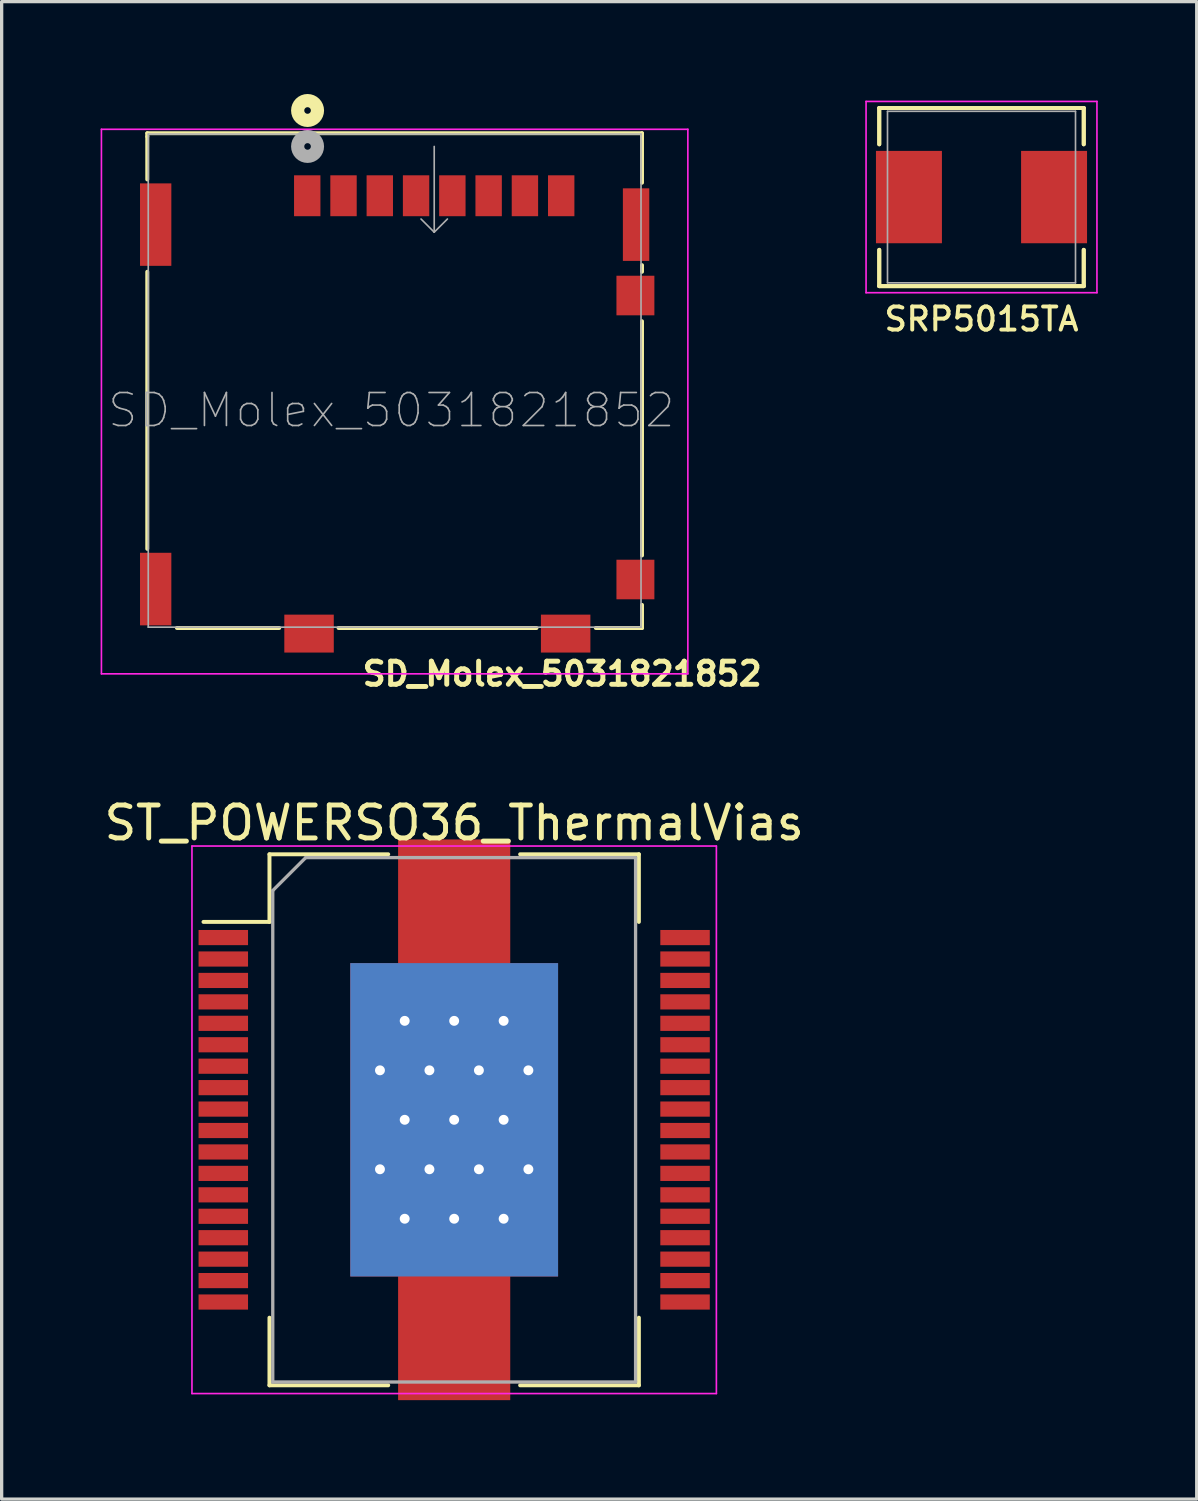
<source format=kicad_pcb>
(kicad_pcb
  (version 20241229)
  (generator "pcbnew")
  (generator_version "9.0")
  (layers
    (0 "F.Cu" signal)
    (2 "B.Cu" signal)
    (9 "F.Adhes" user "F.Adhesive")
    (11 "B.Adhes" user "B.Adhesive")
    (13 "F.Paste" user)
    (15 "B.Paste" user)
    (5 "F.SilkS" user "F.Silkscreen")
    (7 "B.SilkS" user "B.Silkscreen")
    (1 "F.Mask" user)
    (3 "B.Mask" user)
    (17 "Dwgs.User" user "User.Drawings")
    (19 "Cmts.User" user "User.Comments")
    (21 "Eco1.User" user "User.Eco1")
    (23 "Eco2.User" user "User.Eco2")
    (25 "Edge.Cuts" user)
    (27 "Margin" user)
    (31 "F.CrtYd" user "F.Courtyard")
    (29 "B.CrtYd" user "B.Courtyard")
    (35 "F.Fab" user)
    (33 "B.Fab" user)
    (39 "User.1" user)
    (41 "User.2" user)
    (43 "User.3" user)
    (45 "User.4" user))
  (footprint "ST_POWERSO36_ThermalVias"
    (layer "F.Cu")
    (at 10.72 30.901)
    (property "Reference" "ST_POWERSO36_ThermalVias" (at 0 -9 0) (layer "F.SilkS") (effects (font (size 1 1) (thickness 0.15))))
    (attr smd)
    (fp_line (start -5.6 -8.05) (end -5.6 -6) (stroke (width 0.12) (type solid)) (layer "F.SilkS"))
    (fp_line (start -5.6 -6) (end -7.6 -6) (stroke (width 0.12) (type solid)) (layer "F.SilkS"))
    (fp_line (start -5.6 8.05) (end -5.6 6) (stroke (width 0.12) (type solid)) (layer "F.SilkS"))
    (fp_line (start -2 -8.05) (end -5.6 -8.05) (stroke (width 0.12) (type solid)) (layer "F.SilkS"))
    (fp_line (start -2 8.05) (end -5.6 8.05) (stroke (width 0.12) (type solid)) (layer "F.SilkS"))
    (fp_line (start 5.6 -8.05) (end 2 -8.05) (stroke (width 0.12) (type solid)) (layer "F.SilkS"))
    (fp_line (start 5.6 -8.05) (end 5.6 -6) (stroke (width 0.12) (type solid)) (layer "F.SilkS"))
    (fp_line (start 5.6 8.05) (end 2 8.05) (stroke (width 0.12) (type solid)) (layer "F.SilkS"))
    (fp_line (start 5.6 8.05) (end 5.6 6) (stroke (width 0.12) (type solid)) (layer "F.SilkS"))
    (fp_line (start -7.95 -8.3) (end -7.95 8.3) (stroke (width 0.05) (type solid)) (layer "F.CrtYd"))
    (fp_line (start -7.95 -8.3) (end 7.95 -8.3) (stroke (width 0.05) (type solid)) (layer "F.CrtYd"))
    (fp_line (start 7.95 8.3) (end -7.95 8.3) (stroke (width 0.05) (type solid)) (layer "F.CrtYd"))
    (fp_line (start 7.95 8.3) (end 7.95 -8.3) (stroke (width 0.05) (type solid)) (layer "F.CrtYd"))
    (fp_line (start -5.5 -6.95) (end -5.5 7.95) (stroke (width 0.1) (type solid)) (layer "F.Fab"))
    (fp_line (start -5.5 7.95) (end 5.5 7.95) (stroke (width 0.1) (type solid)) (layer "F.Fab"))
    (fp_line (start -4.5 -7.95) (end -5.5 -6.95) (stroke (width 0.1) (type solid)) (layer "F.Fab"))
    (fp_line (start 5.5 -7.95) (end -4.5 -7.95) (stroke (width 0.1) (type solid)) (layer "F.Fab"))
    (fp_line (start 5.5 7.95) (end 5.5 -7.95) (stroke (width 0.1) (type solid)) (layer "F.Fab"))
    (pad "1" smd rect (at -7 -5.525) (size 1.5 0.46) (layers "F.Cu" "F.Mask" "F.Paste"))
    (pad "2" smd rect (at -7 -4.875) (size 1.5 0.46) (layers "F.Cu" "F.Mask" "F.Paste"))
    (pad "3" smd rect (at -7 -4.225) (size 1.5 0.46) (layers "F.Cu" "F.Mask" "F.Paste"))
    (pad "4" smd rect (at -7 -3.575) (size 1.5 0.46) (layers "F.Cu" "F.Mask" "F.Paste"))
    (pad "5" smd rect (at -7 -2.925) (size 1.5 0.46) (layers "F.Cu" "F.Mask" "F.Paste"))
    (pad "6" smd rect (at -7 -2.275) (size 1.5 0.46) (layers "F.Cu" "F.Mask" "F.Paste"))
    (pad "7" smd rect (at -7 -1.625) (size 1.5 0.46) (layers "F.Cu" "F.Mask" "F.Paste"))
    (pad "8" smd rect (at -7 -0.975) (size 1.5 0.46) (layers "F.Cu" "F.Mask" "F.Paste"))
    (pad "9" smd rect (at -7 -0.325) (size 1.5 0.46) (layers "F.Cu" "F.Mask" "F.Paste"))
    (pad "10" smd rect (at -7 0.325) (size 1.5 0.46) (layers "F.Cu" "F.Mask" "F.Paste"))
    (pad "11" smd rect (at -7 0.975) (size 1.5 0.46) (layers "F.Cu" "F.Mask" "F.Paste"))
    (pad "12" smd rect (at -7 1.625) (size 1.5 0.46) (layers "F.Cu" "F.Mask" "F.Paste"))
    (pad "13" smd rect (at -7 2.275) (size 1.5 0.46) (layers "F.Cu" "F.Mask" "F.Paste"))
    (pad "14" smd rect (at -7 2.925) (size 1.5 0.46) (layers "F.Cu" "F.Mask" "F.Paste"))
    (pad "15" smd rect (at -7 3.575) (size 1.5 0.46) (layers "F.Cu" "F.Mask" "F.Paste"))
    (pad "16" smd rect (at -7 4.225) (size 1.5 0.46) (layers "F.Cu" "F.Mask" "F.Paste"))
    (pad "17" smd rect (at -7 4.875) (size 1.5 0.46) (layers "F.Cu" "F.Mask" "F.Paste"))
    (pad "18" smd rect (at -7 5.525) (size 1.5 0.46) (layers "F.Cu" "F.Mask" "F.Paste"))
    (pad "19" smd rect (at 7 5.525 180) (size 1.5 0.46) (layers "F.Cu" "F.Mask" "F.Paste"))
    (pad "20" smd rect (at 7 4.875 180) (size 1.5 0.46) (layers "F.Cu" "F.Mask" "F.Paste"))
    (pad "21" smd rect (at 7 4.225 180) (size 1.5 0.46) (layers "F.Cu" "F.Mask" "F.Paste"))
    (pad "22" smd rect (at 7 3.575 180) (size 1.5 0.46) (layers "F.Cu" "F.Mask" "F.Paste"))
    (pad "23" smd rect (at 7 2.925 180) (size 1.5 0.46) (layers "F.Cu" "F.Mask" "F.Paste"))
    (pad "24" smd rect (at 7 2.275 180) (size 1.5 0.46) (layers "F.Cu" "F.Mask" "F.Paste"))
    (pad "25" smd rect (at 7 1.625 180) (size 1.5 0.46) (layers "F.Cu" "F.Mask" "F.Paste"))
    (pad "26" smd rect (at 7 0.975 180) (size 1.5 0.46) (layers "F.Cu" "F.Mask" "F.Paste"))
    (pad "27" smd rect (at 7 0.325 180) (size 1.5 0.46) (layers "F.Cu" "F.Mask" "F.Paste"))
    (pad "28" smd rect (at 7 -0.325 180) (size 1.5 0.46) (layers "F.Cu" "F.Mask" "F.Paste"))
    (pad "29" smd rect (at 7 -0.975 180) (size 1.5 0.46) (layers "F.Cu" "F.Mask" "F.Paste"))
    (pad "30" smd rect (at 7 -1.625 180) (size 1.5 0.46) (layers "F.Cu" "F.Mask" "F.Paste"))
    (pad "31" smd rect (at 7 -2.275 180) (size 1.5 0.46) (layers "F.Cu" "F.Mask" "F.Paste"))
    (pad "32" smd rect (at 7 -2.925 180) (size 1.5 0.46) (layers "F.Cu" "F.Mask" "F.Paste"))
    (pad "33" smd rect (at 7 -3.575 180) (size 1.5 0.46) (layers "F.Cu" "F.Mask" "F.Paste"))
    (pad "34" smd rect (at 7 -4.225 180) (size 1.5 0.46) (layers "F.Cu" "F.Mask" "F.Paste"))
    (pad "35" smd rect (at 7 -4.875 180) (size 1.5 0.46) (layers "F.Cu" "F.Mask" "F.Paste"))
    (pad "36" smd rect (at 7 -5.525 180) (size 1.5 0.46) (layers "F.Cu" "F.Mask" "F.Paste"))
    (pad "37" thru_hole circle (at -2.25 -1.5) (size 0.6 0.6) (drill 0.3) (layers "*.Cu"))
    (pad "37" thru_hole circle (at -2.25 1.5) (size 0.6 0.6) (drill 0.3) (layers "*.Cu"))
    (pad "37" thru_hole circle (at -1.5 -3) (size 0.6 0.6) (drill 0.3) (layers "*.Cu"))
    (pad "37" thru_hole circle (at -1.5 0) (size 0.6 0.6) (drill 0.3) (layers "*.Cu"))
    (pad "37" thru_hole circle (at -1.5 3) (size 0.6 0.6) (drill 0.3) (layers "*.Cu"))
    (pad "37" thru_hole circle (at -0.75 -1.5) (size 0.6 0.6) (drill 0.3) (layers "*.Cu"))
    (pad "37" thru_hole circle (at -0.75 1.5) (size 0.6 0.6) (drill 0.3) (layers "*.Cu"))
    (pad "37" smd rect (at 0 -6.5) (size 3.4 4) (layers "F.Cu" "F.Mask" "F.Paste"))
    (pad "37" thru_hole circle (at 0 -3) (size 0.6 0.6) (drill 0.3) (layers "*.Cu"))
    (pad "37" thru_hole circle (at 0 0) (size 0.6 0.6) (drill 0.3) (layers "*.Cu"))
    (pad "37" smd rect (at 0 0) (size 6.3 9.5) (layers "F.Cu" "F.Mask" "F.Paste"))
    (pad "37" smd rect (at 0 0) (size 6.3 9.5) (layers "B.Cu"))
    (pad "37" thru_hole circle (at 0 3) (size 0.6 0.6) (drill 0.3) (layers "*.Cu"))
    (pad "37" smd rect (at 0 6.5) (size 3.4 4) (layers "F.Cu" "F.Mask" "F.Paste"))
    (pad "37" thru_hole circle (at 0.75 -1.5) (size 0.6 0.6) (drill 0.3) (layers "*.Cu"))
    (pad "37" thru_hole circle (at 0.75 1.5) (size 0.6 0.6) (drill 0.3) (layers "*.Cu"))
    (pad "37" thru_hole circle (at 1.5 -3) (size 0.6 0.6) (drill 0.3) (layers "*.Cu"))
    (pad "37" thru_hole circle (at 1.5 0) (size 0.6 0.6) (drill 0.3) (layers "*.Cu"))
    (pad "37" thru_hole circle (at 1.5 3) (size 0.6 0.6) (drill 0.3) (layers "*.Cu"))
    (pad "37" thru_hole circle (at 2.25 -1.5) (size 0.6 0.6) (drill 0.3) (layers "*.Cu"))
    (pad "37" thru_hole circle (at 2.25 1.5) (size 0.6 0.6) (drill 0.3) (layers "*.Cu")))
  (footprint "SD_Molex_5031821852"
    (layer "F.Cu")
    (at 8.915 8.49)
    (property "Reference" "SD_Molex_5031821852" (at 5.08 8.89 0) (layer "F.SilkS") (effects (font (size 0.7 0.7) (thickness 0.15))))
    (attr smd)
    (fp_line (start -7.5 -7.5) (end 7.5 -7.5) (stroke (width 0.12) (type solid)) (layer "F.SilkS"))
    (fp_line (start -7.5 -7.4) (end -7.5 -7.5) (stroke (width 0.12) (type solid)) (layer "F.SilkS"))
    (fp_line (start -7.5 -6.1) (end -7.5 -7.4) (stroke (width 0.12) (type solid)) (layer "F.SilkS"))
    (fp_line (start -7.5 5.1) (end -7.5 -3.3) (stroke (width 0.12) (type solid)) (layer "F.SilkS"))
    (fp_line (start -3.5 7.5) (end -6.6 7.5) (stroke (width 0.12) (type solid)) (layer "F.SilkS"))
    (fp_line (start 4.3 7.5) (end -1.7 7.5) (stroke (width 0.12) (type solid)) (layer "F.SilkS"))
    (fp_line (start 7.5 -7.5) (end 7.5 -6) (stroke (width 0.12) (type solid)) (layer "F.SilkS"))
    (fp_line (start 7.5 -3.5) (end 7.5 -3.3) (stroke (width 0.12) (type solid)) (layer "F.SilkS"))
    (fp_line (start 7.5 -1.8) (end 7.5 5.3) (stroke (width 0.12) (type solid)) (layer "F.SilkS"))
    (fp_line (start 7.5 6.8) (end 7.5 7.5) (stroke (width 0.12) (type solid)) (layer "F.SilkS"))
    (fp_line (start 7.5 7.5) (end 6.1 7.5) (stroke (width 0.12) (type solid)) (layer "F.SilkS"))
    (fp_circle (center -2.64 -8.19) (end -2.54 -8.19) (stroke (width 0.4) (type solid)) (fill no) (layer "F.SilkS"))
    (fp_line (start -8.89 -7.62) (end 8.89 -7.62) (stroke (width 0.05) (type solid)) (layer "F.CrtYd"))
    (fp_line (start -8.89 8.89) (end -8.89 -7.62) (stroke (width 0.05) (type solid)) (layer "F.CrtYd"))
    (fp_line (start 8.89 -7.62) (end 8.89 8.89) (stroke (width 0.05) (type solid)) (layer "F.CrtYd"))
    (fp_line (start 8.89 8.89) (end -8.89 8.89) (stroke (width 0.05) (type solid)) (layer "F.CrtYd"))
    (fp_line (start -7.47 -7.475) (end -7.47 7.475) (stroke (width 0.05) (type solid)) (layer "F.Fab"))
    (fp_line (start -7.47 -7.475) (end 7.47 -7.475) (stroke (width 0.05) (type solid)) (layer "F.Fab"))
    (fp_line (start -7.47 7.475) (end 7.47 7.475) (stroke (width 0.05) (type solid)) (layer "F.Fab"))
    (fp_line (start 1.2 -7.1) (end 1.2 -4.5) (stroke (width 0.05) (type solid)) (layer "F.Fab"))
    (fp_line (start 1.2 -4.5) (end 0.8 -4.9) (stroke (width 0.05) (type solid)) (layer "F.Fab"))
    (fp_line (start 1.2 -4.5) (end 1.6 -4.9) (stroke (width 0.05) (type solid)) (layer "F.Fab"))
    (fp_line (start 7.47 -7.475) (end 7.47 7.475) (stroke (width 0.05) (type solid)) (layer "F.Fab"))
    (fp_circle (center -2.64 -7.1) (end -2.54 -7.1) (stroke (width 0.4) (type solid)) (fill no) (layer "F.Fab"))
    (fp_text user "${REFERENCE}" (at -0.1 0.9 0) (layer "F.Fab") (effects (font (size 1 1) (thickness 0.05))))
    (pad "1" smd rect (at -2.65 -5.605) (size 0.8 1.24) (layers "F.Cu" "F.Mask" "F.Paste"))
    (pad "2" smd rect (at -1.55 -5.605) (size 0.8 1.24) (layers "F.Cu" "F.Mask" "F.Paste"))
    (pad "3" smd rect (at -0.45 -5.605) (size 0.8 1.24) (layers "F.Cu" "F.Mask" "F.Paste"))
    (pad "4" smd rect (at 0.65 -5.605) (size 0.8 1.24) (layers "F.Cu" "F.Mask" "F.Paste"))
    (pad "5" smd rect (at 1.75 -5.605) (size 0.8 1.24) (layers "F.Cu" "F.Mask" "F.Paste"))
    (pad "6" smd rect (at 2.85 -5.605) (size 0.8 1.24) (layers "F.Cu" "F.Mask" "F.Paste"))
    (pad "7" smd rect (at 3.95 -5.605) (size 0.8 1.24) (layers "F.Cu" "F.Mask" "F.Paste"))
    (pad "8" smd rect (at 5.05 -5.605) (size 0.8 1.24) (layers "F.Cu" "F.Mask" "F.Paste"))
    (pad "9" smd rect (at -7.245 -4.73) (size 0.95 2.5) (layers "F.Cu" "F.Mask" "F.Paste"))
    (pad "9" smd rect (at -7.245 6.32) (size 0.95 2.2) (layers "F.Cu" "F.Mask" "F.Paste"))
    (pad "9" smd rect (at -2.595 7.67) (size 1.5 1.15) (layers "F.Cu" "F.Mask" "F.Paste"))
    (pad "9" smd rect (at 5.185 7.67) (size 1.5 1.15) (layers "F.Cu" "F.Mask" "F.Paste"))
    (pad "9" smd rect (at 7.32 -4.73) (size 0.8 2.2) (layers "F.Cu" "F.Mask" "F.Paste"))
    (pad "Detect" smd rect (at 7.3 6.03) (size 1.15 1.2) (layers "F.Cu" "F.Mask" "F.Paste"))
    (pad "Switch" smd rect (at 7.3 -2.58) (size 1.15 1.2) (layers "F.Cu" "F.Mask" "F.Paste")))
  (footprint "SRP5015TA"
    (layer "F.Cu")
    (at 26.708 2.925)
    (property "Reference" "SRP5015TA" (at 0 3.7 0) (layer "F.SilkS") (effects (font (size 0.7 0.7) (thickness 0.12))))
    (attr smd)
    (fp_line (start -3.1 -2.7) (end -3.1 -1.6) (stroke (width 0.12) (type solid)) (layer "F.SilkS"))
    (fp_line (start -3.1 -2.7) (end -3.1 -1.6) (stroke (width 0.12) (type solid)) (layer "F.SilkS"))
    (fp_line (start -3.1 1.6) (end -3.1 2.7) (stroke (width 0.12) (type solid)) (layer "F.SilkS"))
    (fp_line (start -3.1 1.6) (end -3.1 2.7) (stroke (width 0.12) (type solid)) (layer "F.SilkS"))
    (fp_line (start -3.1 2.7) (end 3.1 2.7) (stroke (width 0.12) (type solid)) (layer "F.SilkS"))
    (fp_line (start -3.1 2.7) (end 3.1 2.7) (stroke (width 0.12) (type solid)) (layer "F.SilkS"))
    (fp_line (start 3.1 -2.7) (end -3.1 -2.7) (stroke (width 0.12) (type solid)) (layer "F.SilkS"))
    (fp_line (start 3.1 -2.7) (end -3.1 -2.7) (stroke (width 0.12) (type solid)) (layer "F.SilkS"))
    (fp_line (start 3.1 -1.6) (end 3.1 -2.7) (stroke (width 0.12) (type solid)) (layer "F.SilkS"))
    (fp_line (start 3.1 -1.6) (end 3.1 -2.7) (stroke (width 0.12) (type solid)) (layer "F.SilkS"))
    (fp_line (start 3.1 2.7) (end 3.1 1.6) (stroke (width 0.12) (type solid)) (layer "F.SilkS"))
    (fp_line (start 3.1 2.7) (end 3.1 1.6) (stroke (width 0.12) (type solid)) (layer "F.SilkS"))
    (fp_line (start -3.5 -2.9) (end -3.5 2.9) (stroke (width 0.05) (type solid)) (layer "F.CrtYd"))
    (fp_line (start -3.5 -2.9) (end 3.5 -2.9) (stroke (width 0.05) (type solid)) (layer "F.CrtYd"))
    (fp_line (start -3.5 2.9) (end 3.5 2.9) (stroke (width 0.05) (type solid)) (layer "F.CrtYd"))
    (fp_line (start 3.5 -2.9) (end 3.5 2.9) (stroke (width 0.05) (type solid)) (layer "F.CrtYd"))
    (fp_line (start -2.85 -2.6) (end -2.85 2.6) (stroke (width 0.05) (type solid)) (layer "F.Fab"))
    (fp_line (start -2.85 -2.6) (end 2.85 -2.6) (stroke (width 0.05) (type solid)) (layer "F.Fab"))
    (fp_line (start -2.85 2.6) (end 2.85 2.6) (stroke (width 0.05) (type solid)) (layer "F.Fab"))
    (fp_line (start 2.85 -2.6) (end 2.85 2.6) (stroke (width 0.05) (type solid)) (layer "F.Fab"))
    (pad "1" smd rect (at -2.2 0) (size 2 2.8) (layers "F.Cu" "F.Mask" "F.Paste"))
    (pad "2" smd rect (at 2.2 0) (size 2 2.8) (layers "F.Cu" "F.Mask" "F.Paste")))
  (gr_rect
    (start -3 -3)
    (end 33.233 42.401)
    (stroke (width 0.1) (type default))
    (fill no)
    (layer "Edge.Cuts")))
</source>
